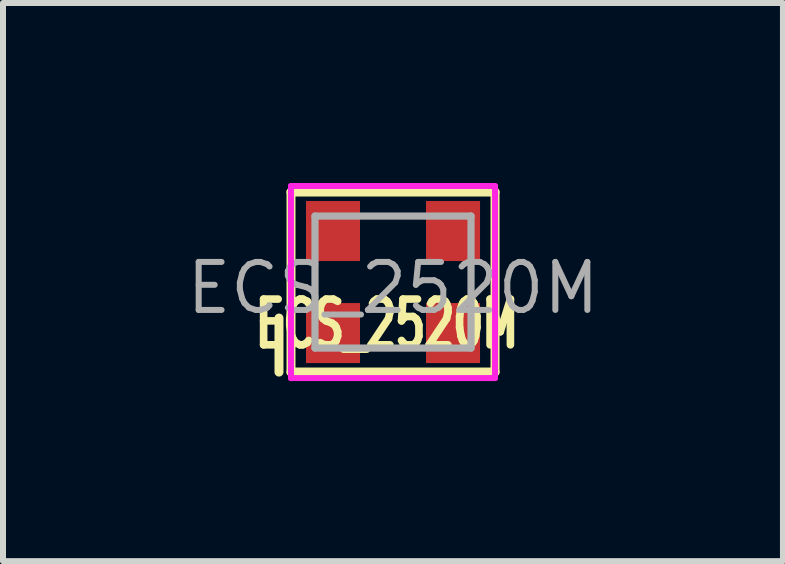
<source format=kicad_pcb>
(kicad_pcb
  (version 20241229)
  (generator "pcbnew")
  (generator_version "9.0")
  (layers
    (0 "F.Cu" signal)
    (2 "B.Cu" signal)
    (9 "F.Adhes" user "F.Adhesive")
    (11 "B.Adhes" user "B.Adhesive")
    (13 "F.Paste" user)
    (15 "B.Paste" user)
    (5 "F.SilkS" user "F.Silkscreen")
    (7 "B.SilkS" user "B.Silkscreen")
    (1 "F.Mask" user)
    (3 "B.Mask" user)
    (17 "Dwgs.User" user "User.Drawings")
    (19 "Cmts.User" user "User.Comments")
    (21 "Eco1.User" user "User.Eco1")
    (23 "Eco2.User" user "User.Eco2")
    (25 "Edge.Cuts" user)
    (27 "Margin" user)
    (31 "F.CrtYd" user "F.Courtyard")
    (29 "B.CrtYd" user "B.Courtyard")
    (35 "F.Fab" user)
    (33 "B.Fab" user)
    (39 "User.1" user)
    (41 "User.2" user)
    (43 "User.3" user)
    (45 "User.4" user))
  (footprint "ECS_2520M"
    (layer "F.Cu")
    (at 3.499 1.65)
    (property "Reference" "ECS_2520M" (at -0.1 0.7 180) (layer "F.SilkS") (effects (font (size 0.762 0.508) (thickness 0.127))))
    (attr through_hole)
    (fp_line (start -1.9 0.6) (end -1.9 1.5) (stroke (width 0.15) (type solid)) (layer "F.SilkS"))
    (fp_line (start -1.7 -1.5) (end 1.7 -1.5) (stroke (width 0.15) (type solid)) (layer "F.SilkS"))
    (fp_line (start -1.7 1.5) (end -1.7 -1.5) (stroke (width 0.15) (type solid)) (layer "F.SilkS"))
    (fp_line (start 1.7 -1.5) (end 1.7 1.5) (stroke (width 0.15) (type solid)) (layer "F.SilkS"))
    (fp_line (start 1.7 1.5) (end -1.7 1.5) (stroke (width 0.15) (type solid)) (layer "F.SilkS"))
    (fp_line (start -1.7 -1.6) (end 1.7 -1.6) (stroke (width 0.1) (type solid)) (layer "F.CrtYd"))
    (fp_line (start -1.7 1.6) (end -1.7 -1.6) (stroke (width 0.1) (type solid)) (layer "F.CrtYd"))
    (fp_line (start 1.7 -1.6) (end 1.7 1.6) (stroke (width 0.1) (type solid)) (layer "F.CrtYd"))
    (fp_line (start 1.7 1.6) (end -1.7 1.6) (stroke (width 0.1) (type solid)) (layer "F.CrtYd"))
    (fp_line (start -1.3 -1.1) (end 1.3 -1.1) (stroke (width 0.12) (type solid)) (layer "F.Fab"))
    (fp_line (start -1.3 1.1) (end -1.3 -1.1) (stroke (width 0.12) (type solid)) (layer "F.Fab"))
    (fp_line (start 1.3 -1.1) (end 1.3 1.1) (stroke (width 0.12) (type solid)) (layer "F.Fab"))
    (fp_line (start 1.3 1.1) (end -1.3 1.1) (stroke (width 0.12) (type solid)) (layer "F.Fab"))
    (fp_text user "${REFERENCE}" (at 0 0.1 0) (layer "F.Fab") (effects (font (size 0.8 0.8) (thickness 0.1))))
    (pad "1" smd rect (at -1 0.85) (size 0.9 1) (layers "F.Cu" "F.Mask" "F.Paste"))
    (pad "2" smd rect (at 1 0.85) (size 0.9 1) (layers "F.Cu" "F.Mask" "F.Paste"))
    (pad "3" smd rect (at 1 -0.85) (size 0.9 1) (layers "F.Cu" "F.Mask" "F.Paste"))
    (pad "4" smd rect (at -1 -0.85) (size 0.9 1) (layers "F.Cu" "F.Mask" "F.Paste")))
  (gr_rect
    (start -3 -3)
    (end 9.997 6.3)
    (stroke (width 0.1) (type default))
    (fill no)
    (layer "Edge.Cuts")))
</source>
